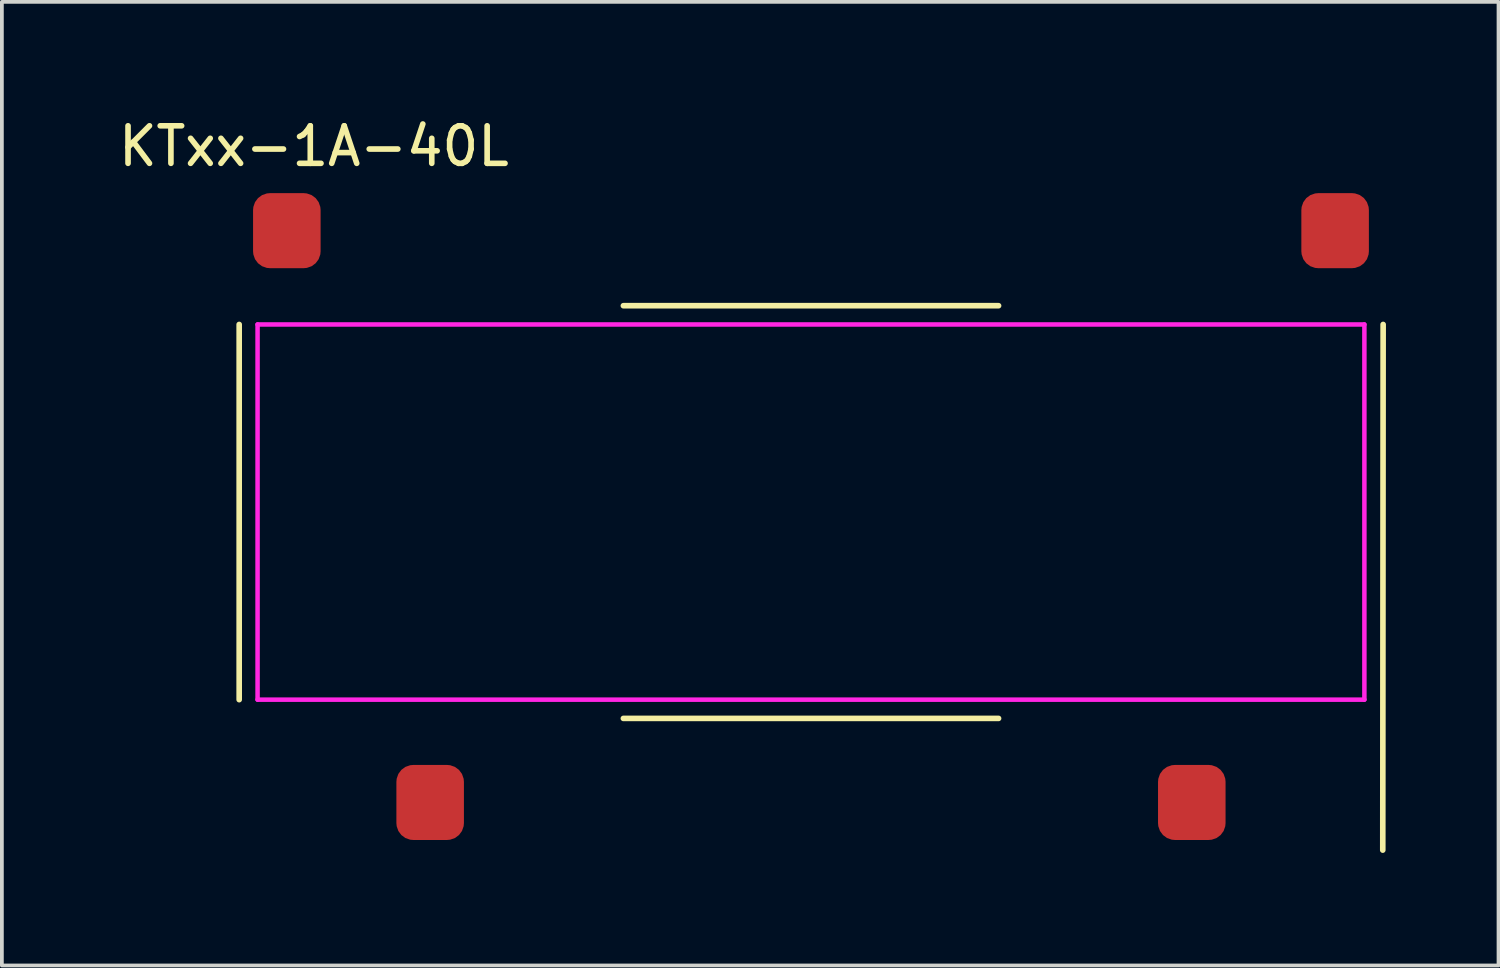
<source format=kicad_pcb>
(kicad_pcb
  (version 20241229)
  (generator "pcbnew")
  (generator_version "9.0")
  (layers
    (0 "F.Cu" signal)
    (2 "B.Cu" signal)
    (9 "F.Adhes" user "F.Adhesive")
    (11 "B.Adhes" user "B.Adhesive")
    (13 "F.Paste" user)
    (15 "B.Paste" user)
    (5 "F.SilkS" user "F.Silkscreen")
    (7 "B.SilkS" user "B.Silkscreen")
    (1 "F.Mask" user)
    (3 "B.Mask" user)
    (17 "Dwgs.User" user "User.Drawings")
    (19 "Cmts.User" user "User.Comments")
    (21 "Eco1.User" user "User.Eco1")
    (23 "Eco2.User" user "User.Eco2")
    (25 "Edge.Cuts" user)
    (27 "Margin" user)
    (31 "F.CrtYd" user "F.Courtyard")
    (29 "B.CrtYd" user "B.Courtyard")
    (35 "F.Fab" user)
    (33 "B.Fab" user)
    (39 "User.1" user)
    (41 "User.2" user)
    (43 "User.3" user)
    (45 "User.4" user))
  (footprint "KTxx-1A-40L"
    (layer "F.Cu")
    (at 18.565 3.098)
    (property "Reference" "KTxx-1A-40L" (at -13.25 -2.25 0) (layer "F.SilkS") (effects (font (size 1 1) (thickness 0.15))))
    (attr through_hole)
    (fp_line (start -15.24 2.5) (end -15.24 12.5) (stroke (width 0.15) (type solid)) (layer "F.SilkS"))
    (fp_line (start 5 2) (end -5 2) (stroke (width 0.15) (type solid)) (layer "F.SilkS"))
    (fp_line (start 5 13) (end -5 13) (stroke (width 0.15) (type solid)) (layer "F.SilkS"))
    (fp_line (start 15.24 16.51) (end 15.25 2.5) (stroke (width 0.15) (type solid)) (layer "F.SilkS"))
    (fp_line (start -14.75 2.5) (end -14.75 12.5) (stroke (width 0.12) (type solid)) (layer "F.CrtYd"))
    (fp_line (start -14.75 12.5) (end 14.75 12.5) (stroke (width 0.12) (type solid)) (layer "F.CrtYd"))
    (fp_line (start 14.75 2.5) (end -14.75 2.5) (stroke (width 0.12) (type solid)) (layer "F.CrtYd"))
    (fp_line (start 14.75 12.5) (end 14.75 2.5) (stroke (width 0.12) (type solid)) (layer "F.CrtYd"))
    (pad "1" smd roundrect (at 10.15 15.24) (size 1.8 2) (layers "F.Cu" "F.Mask" "F.Paste") (roundrect_rratio 0.25))
    (pad "2" smd roundrect (at -10.15 15.24) (size 1.8 2) (layers "F.Cu" "F.Mask" "F.Paste") (roundrect_rratio 0.25))
    (pad "3" smd roundrect (at -13.97 0) (size 1.8 2) (layers "F.Cu" "F.Mask" "F.Paste") (roundrect_rratio 0.25))
    (pad "4" smd roundrect (at 13.97 0) (size 1.8 2) (layers "F.Cu" "F.Mask" "F.Paste") (roundrect_rratio 0.25)))
  (gr_rect
    (start -3 -3)
    (end 36.89 22.683)
    (stroke (width 0.1) (type default))
    (fill no)
    (layer "Edge.Cuts")))
</source>
